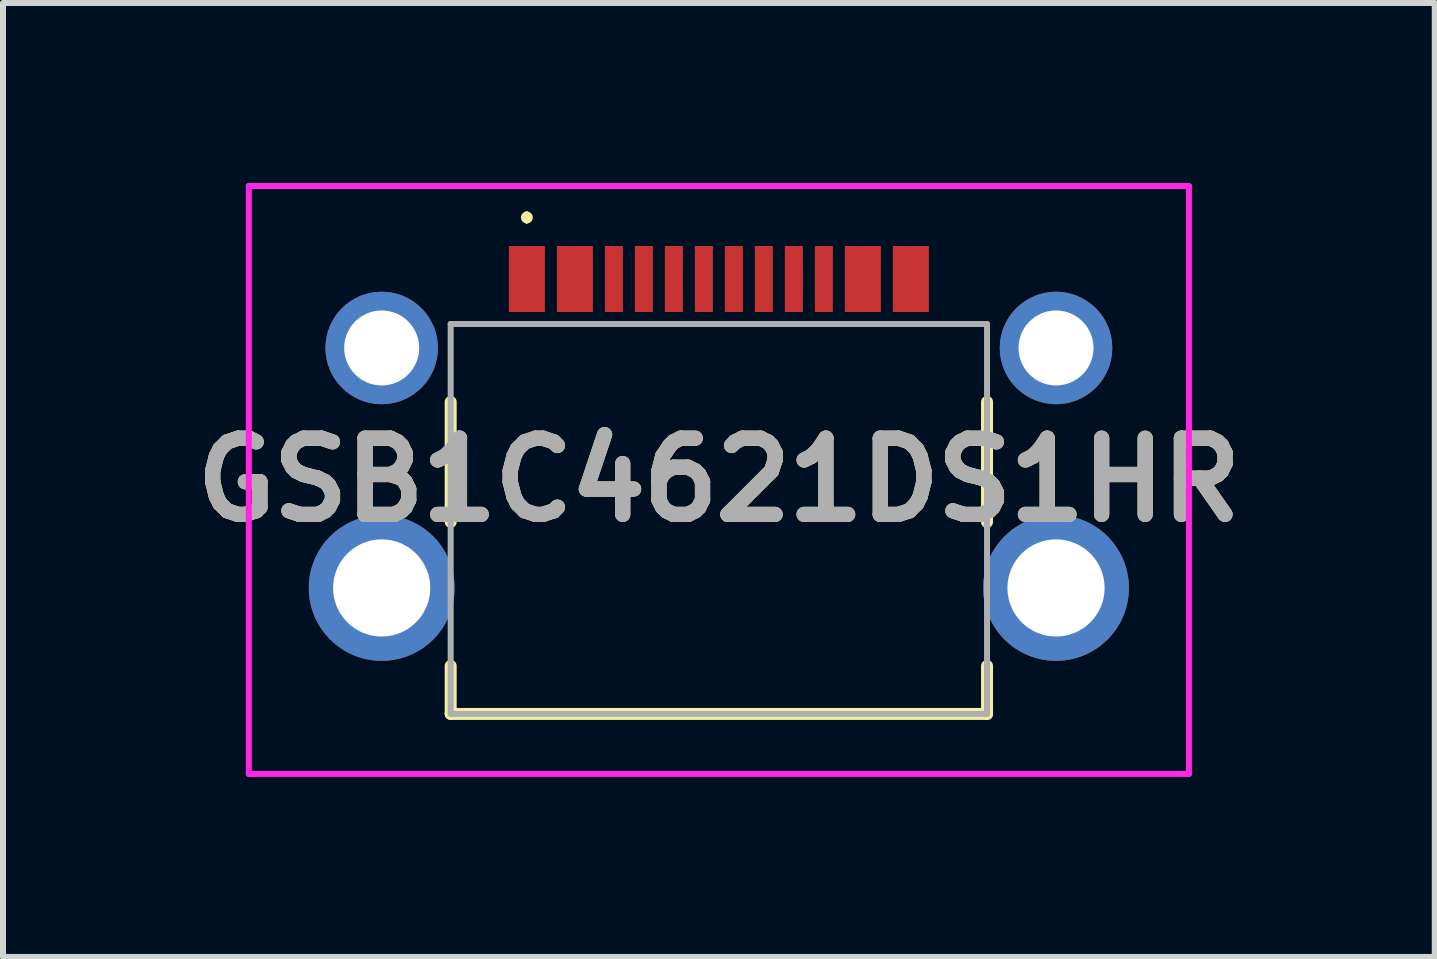
<source format=kicad_pcb>
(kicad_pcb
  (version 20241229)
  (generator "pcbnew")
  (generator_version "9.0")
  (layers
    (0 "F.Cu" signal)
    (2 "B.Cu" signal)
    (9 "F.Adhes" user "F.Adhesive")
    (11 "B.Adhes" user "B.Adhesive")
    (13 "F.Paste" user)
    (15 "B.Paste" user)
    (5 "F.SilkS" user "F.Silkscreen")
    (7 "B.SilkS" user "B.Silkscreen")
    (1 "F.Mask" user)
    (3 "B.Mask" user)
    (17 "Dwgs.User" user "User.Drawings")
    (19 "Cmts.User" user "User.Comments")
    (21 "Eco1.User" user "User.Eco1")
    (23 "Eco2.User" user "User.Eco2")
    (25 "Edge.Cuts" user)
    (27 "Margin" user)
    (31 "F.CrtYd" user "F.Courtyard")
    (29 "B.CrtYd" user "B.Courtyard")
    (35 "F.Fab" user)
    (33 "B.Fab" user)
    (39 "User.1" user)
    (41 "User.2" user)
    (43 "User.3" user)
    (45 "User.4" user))
  (footprint "GSB1C4621DS1HR"
    (layer "F.Cu")
    (at 8.932 5.225)
    (property "Reference" "GSB1C4621DS1HR" (at 0 -0.275 0) (layer "F.SilkS") (effects (font (size 1.27 1.27) (thickness 0.254))))
    (attr through_hole)
    (fp_line (start -4.47 0.425) (end -4.47 -1.575) (stroke (width 0.2) (type solid)) (layer "F.SilkS"))
    (fp_line (start -4.47 2.825) (end -4.47 3.625) (stroke (width 0.2) (type solid)) (layer "F.SilkS"))
    (fp_line (start -4.47 3.625) (end 4.47 3.625) (stroke (width 0.2) (type solid)) (layer "F.SilkS"))
    (fp_line (start -3.2 -4.7) (end -3.2 -4.7) (stroke (width 0.1) (type solid)) (layer "F.SilkS"))
    (fp_line (start -3.2 -4.6) (end -3.2 -4.6) (stroke (width 0.1) (type solid)) (layer "F.SilkS"))
    (fp_line (start 4.47 -1.575) (end 4.47 0.425) (stroke (width 0.2) (type solid)) (layer "F.SilkS"))
    (fp_line (start 4.47 3.625) (end 4.47 2.825) (stroke (width 0.2) (type solid)) (layer "F.SilkS"))
    (fp_arc (start -3.2 -4.7) (mid -3.15 -4.65) (end -3.2 -4.6) (stroke (width 0.1) (type solid)) (layer "F.SilkS"))
    (fp_arc (start -3.2 -4.6) (mid -3.25 -4.65) (end -3.2 -4.7) (stroke (width 0.1) (type solid)) (layer "F.SilkS"))
    (fp_line (start -7.835 -5.175) (end 7.835 -5.175) (stroke (width 0.1) (type solid)) (layer "F.CrtYd"))
    (fp_line (start -7.835 4.625) (end -7.835 -5.175) (stroke (width 0.1) (type solid)) (layer "F.CrtYd"))
    (fp_line (start 7.835 -5.175) (end 7.835 4.625) (stroke (width 0.1) (type solid)) (layer "F.CrtYd"))
    (fp_line (start 7.835 4.625) (end -7.835 4.625) (stroke (width 0.1) (type solid)) (layer "F.CrtYd"))
    (fp_line (start -4.47 -2.875) (end 4.47 -2.875) (stroke (width 0.1) (type solid)) (layer "F.Fab"))
    (fp_line (start -4.47 3.625) (end -4.47 -2.875) (stroke (width 0.1) (type solid)) (layer "F.Fab"))
    (fp_line (start 4.47 -2.875) (end 4.47 3.625) (stroke (width 0.1) (type solid)) (layer "F.Fab"))
    (fp_line (start 4.47 3.625) (end -4.47 3.625) (stroke (width 0.1) (type solid)) (layer "F.Fab"))
    (fp_text user "${REFERENCE}" (at 0 -0.275 0) (layer "F.Fab") (effects (font (size 1.27 1.27) (thickness 0.254))))
    (pad "A1" smd rect (at -3.2 -3.625) (size 0.6 1.1) (layers "F.Cu" "F.Mask" "F.Paste"))
    (pad "A4" smd rect (at -2.4 -3.625) (size 0.6 1.1) (layers "F.Cu" "F.Mask" "F.Paste"))
    (pad "A5" smd rect (at -1.25 -3.625) (size 0.3 1.1) (layers "F.Cu" "F.Mask" "F.Paste"))
    (pad "A6" smd rect (at -0.25 -3.625) (size 0.3 1.1) (layers "F.Cu" "F.Mask" "F.Paste"))
    (pad "A7" smd rect (at 0.25 -3.625) (size 0.3 1.1) (layers "F.Cu" "F.Mask" "F.Paste"))
    (pad "A8" smd rect (at 1.25 -3.625) (size 0.3 1.1) (layers "F.Cu" "F.Mask" "F.Paste"))
    (pad "A9" smd rect (at 2.4 -3.625) (size 0.6 1.1) (layers "F.Cu" "F.Mask" "F.Paste"))
    (pad "A12" smd rect (at 3.2 -3.625) (size 0.6 1.1) (layers "F.Cu" "F.Mask" "F.Paste"))
    (pad "B5" smd rect (at 1.75 -3.625) (size 0.3 1.1) (layers "F.Cu" "F.Mask" "F.Paste"))
    (pad "B6" smd rect (at 0.75 -3.625) (size 0.3 1.1) (layers "F.Cu" "F.Mask" "F.Paste"))
    (pad "B7" smd rect (at -0.75 -3.625) (size 0.3 1.1) (layers "F.Cu" "F.Mask" "F.Paste"))
    (pad "B8" smd rect (at -1.75 -3.625) (size 0.3 1.1) (layers "F.Cu" "F.Mask" "F.Paste"))
    (pad "S1" thru_hole circle (at -5.62 -2.475) (size 1.875 1.875) (drill 1.25) (layers "*.Cu" "*.Mask"))
    (pad "S1" thru_hole circle (at -5.62 1.525) (size 2.43 2.43) (drill 1.62) (layers "*.Cu" "*.Mask"))
    (pad "S1" thru_hole circle (at 5.62 -2.475) (size 1.875 1.875) (drill 1.25) (layers "*.Cu" "*.Mask"))
    (pad "S1" thru_hole circle (at 5.62 1.525) (size 2.43 2.43) (drill 1.62) (layers "*.Cu" "*.Mask")))
  (gr_rect
    (start -3 -3)
    (end 20.865 12.9)
    (stroke (width 0.1) (type default))
    (fill no)
    (layer "Edge.Cuts")))
</source>
